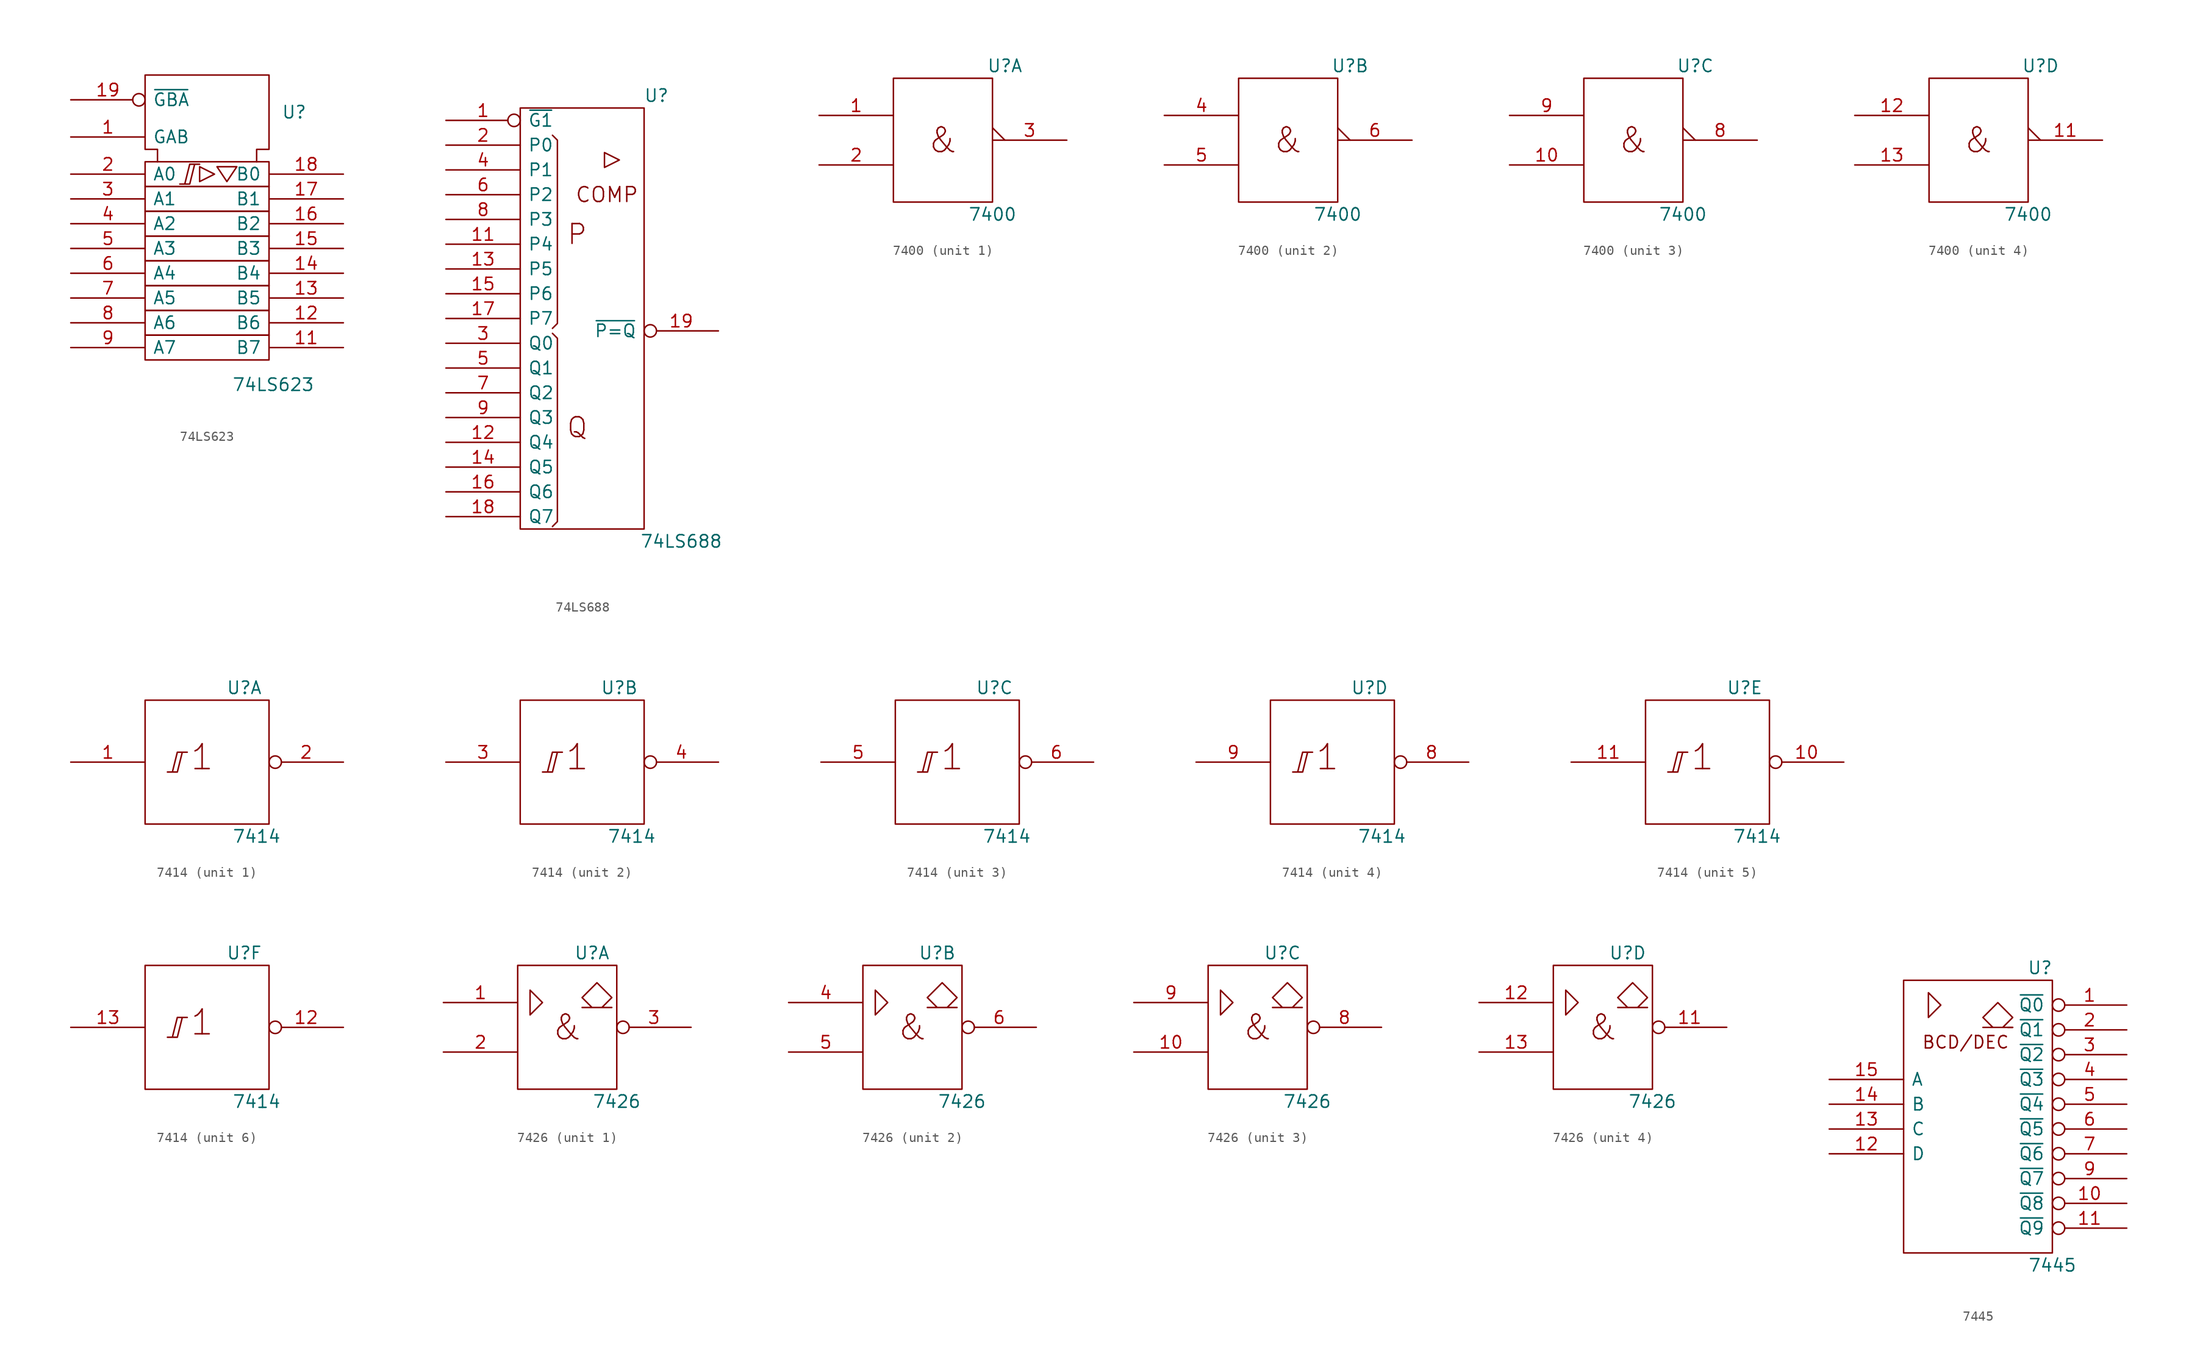
<source format=kicad_sym>
(kicad_symbol_lib
  (version 20211014)
  (generator kicad_symbol_editor)
  (symbol "74LS623"
    (pin_names
      (offset 0.762))
    (property "Reference" "U"
      (at 7.62 19.05 0)
      (effects (font (size 1.27 1.27)) (justify left)))
    (property "Value" "74LS623"
      (at 2.54 -8.89 0)
      (effects (font (size 1.27 1.27)) (justify left)))
    (symbol "74LS623_0_0"
      (polyline (pts (xy -0.762 13.462) (xy -0.762 11.938) (xy 0.762 12.7) (xy -0.762 13.462) (xy -0.762 13.462)) (stroke (width 0) (type default) (color 0 0 0 0)) (fill (type none)))
      (polyline (pts (xy 1.016 13.462) (xy 3.048 13.462) (xy 2.032 11.938) (xy 1.016 13.462) (xy 1.016 13.462)) (stroke (width 0) (type default) (color 0 0 0 0)) (fill (type none)))
      (polyline (pts (xy -2.794 11.684) (xy -1.778 11.684) (xy -1.27 13.716) (xy -0.762 13.716) (xy -1.778 13.716) (xy -2.286 11.684) (xy -2.286 11.684)) (stroke (width 0) (type default) (color 0 0 0 0)) (fill (type none)))
      (pin power_in line (at 1.27 22.86 270) (length 0) hide (name "GND" (effects (font (size 1.27 1.27)))) (number "10" (effects (font (size 1.27 1.27)))))
      (pin power_in line (at 5.08 22.86 270) (length 0) hide (name "VCC" (effects (font (size 1.27 1.27)))) (number "20" (effects (font (size 1.27 1.27))))))
    (symbol "74LS623_0_1"
      (rectangle (start -6.35 -3.81) (end 6.35 -6.35) (stroke (width 0) (type default) (color 0 0 0 0)) (fill (type none)))
      (rectangle (start -6.35 -1.27) (end 6.35 -3.81) (stroke (width 0) (type default) (color 0 0 0 0)) (fill (type none)))
      (rectangle (start -6.35 1.27) (end 6.35 -1.27) (stroke (width 0) (type default) (color 0 0 0 0)) (fill (type none)))
      (rectangle (start -6.35 3.81) (end 6.35 1.27) (stroke (width 0) (type default) (color 0 0 0 0)) (fill (type none)))
      (rectangle (start -6.35 6.35) (end 6.35 3.81) (stroke (width 0) (type default) (color 0 0 0 0)) (fill (type none)))
      (rectangle (start -6.35 8.89) (end 6.35 6.35) (stroke (width 0) (type default) (color 0 0 0 0)) (fill (type none)))
      (rectangle (start -6.35 11.43) (end 6.35 8.89) (stroke (width 0) (type default) (color 0 0 0 0)) (fill (type none)))
      (rectangle (start -6.35 13.97) (end 6.35 11.43) (stroke (width 0) (type default) (color 0 0 0 0)) (fill (type none)))
      (polyline (pts (xy -5.08 13.97) (xy -5.08 15.24) (xy -6.35 15.24) (xy -6.35 22.86) (xy 6.35 22.86) (xy 6.35 15.24) (xy 5.08 15.24) (xy 5.08 13.97) (xy 5.08 13.97)) (stroke (width 0) (type default) (color 0 0 0 0)) (fill (type none))))
    (symbol "74LS623_1_1"
      (pin input line (at -13.97 16.51 0) (length 7.62) (name "GAB" (effects (font (size 1.27 1.27)))) (number "1" (effects (font (size 1.27 1.27)))))
      (pin tri_state line (at 13.97 -5.08 180) (length 7.62) (name "B7" (effects (font (size 1.27 1.27)))) (number "11" (effects (font (size 1.27 1.27)))))
      (pin tri_state line (at 13.97 -2.54 180) (length 7.62) (name "B6" (effects (font (size 1.27 1.27)))) (number "12" (effects (font (size 1.27 1.27)))))
      (pin tri_state line (at 13.97 0 180) (length 7.62) (name "B5" (effects (font (size 1.27 1.27)))) (number "13" (effects (font (size 1.27 1.27)))))
      (pin tri_state line (at 13.97 2.54 180) (length 7.62) (name "B4" (effects (font (size 1.27 1.27)))) (number "14" (effects (font (size 1.27 1.27)))))
      (pin tri_state line (at 13.97 5.08 180) (length 7.62) (name "B3" (effects (font (size 1.27 1.27)))) (number "15" (effects (font (size 1.27 1.27)))))
      (pin tri_state line (at 13.97 7.62 180) (length 7.62) (name "B2" (effects (font (size 1.27 1.27)))) (number "16" (effects (font (size 1.27 1.27)))))
      (pin tri_state line (at 13.97 10.16 180) (length 7.62) (name "B1" (effects (font (size 1.27 1.27)))) (number "17" (effects (font (size 1.27 1.27)))))
      (pin tri_state line (at 13.97 12.7 180) (length 7.62) (name "B0" (effects (font (size 1.27 1.27)))) (number "18" (effects (font (size 1.27 1.27)))))
      (pin input inverted (at -13.97 20.32 0) (length 7.62) (name "~{GBA}" (effects (font (size 1.27 1.27)))) (number "19" (effects (font (size 1.27 1.27)))))
      (pin tri_state line (at -13.97 12.7 0) (length 7.62) (name "A0" (effects (font (size 1.27 1.27)))) (number "2" (effects (font (size 1.27 1.27)))))
      (pin tri_state line (at -13.97 10.16 0) (length 7.62) (name "A1" (effects (font (size 1.27 1.27)))) (number "3" (effects (font (size 1.27 1.27)))))
      (pin tri_state line (at -13.97 7.62 0) (length 7.62) (name "A2" (effects (font (size 1.27 1.27)))) (number "4" (effects (font (size 1.27 1.27)))))
      (pin tri_state line (at -13.97 5.08 0) (length 7.62) (name "A3" (effects (font (size 1.27 1.27)))) (number "5" (effects (font (size 1.27 1.27)))))
      (pin tri_state line (at -13.97 2.54 0) (length 7.62) (name "A4" (effects (font (size 1.27 1.27)))) (number "6" (effects (font (size 1.27 1.27)))))
      (pin tri_state line (at -13.97 0 0) (length 7.62) (name "A5" (effects (font (size 1.27 1.27)))) (number "7" (effects (font (size 1.27 1.27)))))
      (pin tri_state line (at -13.97 -2.54 0) (length 7.62) (name "A6" (effects (font (size 1.27 1.27)))) (number "8" (effects (font (size 1.27 1.27)))))
      (pin tri_state line (at -13.97 -5.08 0) (length 7.62) (name "A7" (effects (font (size 1.27 1.27)))) (number "9" (effects (font (size 1.27 1.27)))))))
  (symbol "74LS688"
    (pin_names
      (offset 0.762))
    (property "Reference" "U"
      (at 7.62 22.86 0)
      (effects (font (size 1.27 1.27))))
    (property "Value" "74LS688"
      (at 10.16 -22.86 0)
      (effects (font (size 1.27 1.27))))
    (symbol "74LS688_0_0"
      (polyline (pts (xy 2.286 17.018) (xy 2.286 15.494) (xy 3.81 16.256) (xy 2.286 17.018) (xy 2.286 17.018)) (stroke (width 0) (type default) (color 0 0 0 0)) (fill (type none)))
      (text "COMP" (at 2.54 12.7 0) (effects (font (size 1.524 1.524))))
      (text "P" (at -0.508 8.636 0) (effects (font (size 2.032 2.032))))
      (text "Q" (at -0.508 -11.176 0) (effects (font (size 2.032 2.032)))))
    (symbol "74LS688_0_1"
      (rectangle (start -6.35 21.59) (end 6.35 -21.59) (stroke (width 0) (type default) (color 0 0 0 0)) (fill (type none)))
      (polyline (pts (xy -3.048 -1.524) (xy -2.54 -2.032) (xy -2.54 -20.828) (xy -3.048 -21.336) (xy -3.048 -21.336)) (stroke (width 0) (type default) (color 0 0 0 0)) (fill (type none)))
      (polyline (pts (xy -3.048 18.796) (xy -2.54 18.288) (xy -2.54 -0.508) (xy -3.048 -1.016) (xy -3.048 -1.016)) (stroke (width 0) (type default) (color 0 0 0 0)) (fill (type none))))
    (symbol "74LS688_1_1"
      (pin output inverted (at -13.97 20.32 0) (length 7.62) (name "~{G1}" (effects (font (size 1.27 1.27)))) (number "1" (effects (font (size 1.27 1.27)))))
      (pin power_in line (at 0 -21.59 90) (length 0) hide (name "Gnd" (effects (font (size 1.27 1.27)))) (number "10" (effects (font (size 1.27 1.27)))))
      (pin input line (at -13.97 7.62 0) (length 7.62) (name "P4" (effects (font (size 1.27 1.27)))) (number "11" (effects (font (size 1.27 1.27)))))
      (pin input line (at -13.97 -12.7 0) (length 7.62) (name "Q4" (effects (font (size 1.27 1.27)))) (number "12" (effects (font (size 1.27 1.27)))))
      (pin input line (at -13.97 5.08 0) (length 7.62) (name "P5" (effects (font (size 1.27 1.27)))) (number "13" (effects (font (size 1.27 1.27)))))
      (pin input line (at -13.97 -15.24 0) (length 7.62) (name "Q5" (effects (font (size 1.27 1.27)))) (number "14" (effects (font (size 1.27 1.27)))))
      (pin input line (at -13.97 2.54 0) (length 7.62) (name "P6" (effects (font (size 1.27 1.27)))) (number "15" (effects (font (size 1.27 1.27)))))
      (pin input line (at -13.97 -17.78 0) (length 7.62) (name "Q6" (effects (font (size 1.27 1.27)))) (number "16" (effects (font (size 1.27 1.27)))))
      (pin input line (at -13.97 0 0) (length 7.62) (name "P7" (effects (font (size 1.27 1.27)))) (number "17" (effects (font (size 1.27 1.27)))))
      (pin input line (at -13.97 -20.32 0) (length 7.62) (name "Q7" (effects (font (size 1.27 1.27)))) (number "18" (effects (font (size 1.27 1.27)))))
      (pin output inverted (at 13.97 -1.27 180) (length 7.62) (name "~{P=Q}" (effects (font (size 1.27 1.27)))) (number "19" (effects (font (size 1.27 1.27)))))
      (pin input line (at -13.97 17.78 0) (length 7.62) (name "P0" (effects (font (size 1.27 1.27)))) (number "2" (effects (font (size 1.27 1.27)))))
      (pin power_in line (at 0 21.59 270) (length 0) hide (name "Vcc" (effects (font (size 1.27 1.27)))) (number "20" (effects (font (size 1.27 1.27)))))
      (pin input line (at -13.97 -2.54 0) (length 7.62) (name "Q0" (effects (font (size 1.27 1.27)))) (number "3" (effects (font (size 1.27 1.27)))))
      (pin input line (at -13.97 15.24 0) (length 7.62) (name "P1" (effects (font (size 1.27 1.27)))) (number "4" (effects (font (size 1.27 1.27)))))
      (pin input line (at -13.97 -5.08 0) (length 7.62) (name "Q1" (effects (font (size 1.27 1.27)))) (number "5" (effects (font (size 1.27 1.27)))))
      (pin input line (at -13.97 12.7 0) (length 7.62) (name "P2" (effects (font (size 1.27 1.27)))) (number "6" (effects (font (size 1.27 1.27)))))
      (pin input line (at -13.97 -7.62 0) (length 7.62) (name "Q2" (effects (font (size 1.27 1.27)))) (number "7" (effects (font (size 1.27 1.27)))))
      (pin input line (at -13.97 10.16 0) (length 7.62) (name "P3" (effects (font (size 1.27 1.27)))) (number "8" (effects (font (size 1.27 1.27)))))
      (pin input line (at -13.97 -10.16 0) (length 7.62) (name "Q3" (effects (font (size 1.27 1.27)))) (number "9" (effects (font (size 1.27 1.27)))))))
  (symbol "7400"
    (pin_names
      (offset 0.762))
    (property "Reference" "U"
      (at 6.35 7.62 0)
      (effects (font (size 1.27 1.27))))
    (property "Value" "7400"
      (at 5.08 -7.62 0)
      (effects (font (size 1.27 1.27))))
    (symbol "7400_0_0"
      (text "&" (at 0 0 0) (effects (font (size 2.54 2.54)))))
    (symbol "7400_0_1"
      (rectangle (start -5.08 6.35) (end 5.08 -6.35) (stroke (width 0) (type default) (color 0 0 0 0)) (fill (type none)))
      (pin power_in line (at 0 6.35 270) (length 0) hide (name "Vcc" (effects (font (size 1.27 1.27)))) (number "14" (effects (font (size 1.27 1.27)))))
      (pin power_in line (at 0 -6.35 90) (length 0) hide (name "GND" (effects (font (size 1.27 1.27)))) (number "7" (effects (font (size 1.27 1.27))))))
    (symbol "7400_1_1"
      (pin input line (at -12.7 2.54 0) (length 7.62) (name "~" (effects (font (size 1.27 1.27)))) (number "1" (effects (font (size 1.27 1.27)))))
      (pin input line (at -12.7 -2.54 0) (length 7.62) (name "~" (effects (font (size 1.27 1.27)))) (number "2" (effects (font (size 1.27 1.27)))))
      (pin output output_low (at 12.7 0 180) (length 7.62) (name "~" (effects (font (size 1.27 1.27)))) (number "3" (effects (font (size 1.27 1.27))))))
    (symbol "7400_2_1"
      (pin input line (at -12.7 2.54 0) (length 7.62) (name "~" (effects (font (size 1.27 1.27)))) (number "4" (effects (font (size 1.27 1.27)))))
      (pin input line (at -12.7 -2.54 0) (length 7.62) (name "~" (effects (font (size 1.27 1.27)))) (number "5" (effects (font (size 1.27 1.27)))))
      (pin output output_low (at 12.7 0 180) (length 7.62) (name "~" (effects (font (size 1.27 1.27)))) (number "6" (effects (font (size 1.27 1.27))))))
    (symbol "7400_3_1"
      (pin input line (at -12.7 -2.54 0) (length 7.62) (name "~" (effects (font (size 1.27 1.27)))) (number "10" (effects (font (size 1.27 1.27)))))
      (pin output output_low (at 12.7 0 180) (length 7.62) (name "~" (effects (font (size 1.27 1.27)))) (number "8" (effects (font (size 1.27 1.27)))))
      (pin input line (at -12.7 2.54 0) (length 7.62) (name "~" (effects (font (size 1.27 1.27)))) (number "9" (effects (font (size 1.27 1.27))))))
    (symbol "7400_4_1"
      (pin output output_low (at 12.7 0 180) (length 7.62) (name "~" (effects (font (size 1.27 1.27)))) (number "11" (effects (font (size 1.27 1.27)))))
      (pin input line (at -12.7 2.54 0) (length 7.62) (name "~" (effects (font (size 1.27 1.27)))) (number "12" (effects (font (size 1.27 1.27)))))
      (pin input line (at -12.7 -2.54 0) (length 7.62) (name "~" (effects (font (size 1.27 1.27)))) (number "13" (effects (font (size 1.27 1.27)))))))
  (symbol "7414"
    (pin_names
      (offset 0.762))
    (property "Reference" "U"
      (at 3.81 7.62 0)
      (effects (font (size 1.27 1.27))))
    (property "Value" "7414"
      (at 5.08 -7.62 0)
      (effects (font (size 1.27 1.27))))
    (symbol "7414_0_0"
      (polyline (pts (xy -4.064 -1.016) (xy -3.048 -1.016) (xy -2.54 1.016) (xy -2.032 1.016) (xy -3.048 1.016) (xy -3.556 -1.016) (xy -3.556 -1.016)) (stroke (width 0) (type default) (color 0 0 0 0)) (fill (type none)))
      (text "1" (at -0.508 0.508 0) (effects (font (size 2.54 2.54)))))
    (symbol "7414_0_1"
      (rectangle (start -6.35 6.35) (end 6.35 -6.35) (stroke (width 0) (type default) (color 0 0 0 0)) (fill (type none)))
      (pin power_in line (at 0 6.35 270) (length 0) hide (name "Vcc" (effects (font (size 1.27 1.27)))) (number "14" (effects (font (size 1.27 1.27)))))
      (pin power_in line (at 0 -6.35 90) (length 0) hide (name "Gnd" (effects (font (size 1.27 1.27)))) (number "7" (effects (font (size 1.27 1.27))))))
    (symbol "7414_1_1"
      (pin input line (at -13.97 0 0) (length 7.62) (name "~" (effects (font (size 1.27 1.27)))) (number "1" (effects (font (size 1.27 1.27)))))
      (pin output inverted (at 13.97 0 180) (length 7.62) (name "~" (effects (font (size 1.27 1.27)))) (number "2" (effects (font (size 1.27 1.27))))))
    (symbol "7414_2_1"
      (pin input line (at -13.97 0 0) (length 7.62) (name "~" (effects (font (size 1.27 1.27)))) (number "3" (effects (font (size 1.27 1.27)))))
      (pin output inverted (at 13.97 0 180) (length 7.62) (name "~" (effects (font (size 1.27 1.27)))) (number "4" (effects (font (size 1.27 1.27))))))
    (symbol "7414_3_1"
      (pin input line (at -13.97 0 0) (length 7.62) (name "~" (effects (font (size 1.27 1.27)))) (number "5" (effects (font (size 1.27 1.27)))))
      (pin output inverted (at 13.97 0 180) (length 7.62) (name "~" (effects (font (size 1.27 1.27)))) (number "6" (effects (font (size 1.27 1.27))))))
    (symbol "7414_4_1"
      (pin output inverted (at 13.97 0 180) (length 7.62) (name "~" (effects (font (size 1.27 1.27)))) (number "8" (effects (font (size 1.27 1.27)))))
      (pin input line (at -13.97 0 0) (length 7.62) (name "~" (effects (font (size 1.27 1.27)))) (number "9" (effects (font (size 1.27 1.27))))))
    (symbol "7414_5_1"
      (pin output inverted (at 13.97 0 180) (length 7.62) (name "~" (effects (font (size 1.27 1.27)))) (number "10" (effects (font (size 1.27 1.27)))))
      (pin input line (at -13.97 0 0) (length 7.62) (name "~" (effects (font (size 1.27 1.27)))) (number "11" (effects (font (size 1.27 1.27))))))
    (symbol "7414_6_1"
      (pin output inverted (at 13.97 0 180) (length 7.62) (name "~" (effects (font (size 1.27 1.27)))) (number "12" (effects (font (size 1.27 1.27)))))
      (pin input line (at -13.97 0 0) (length 7.62) (name "~" (effects (font (size 1.27 1.27)))) (number "13" (effects (font (size 1.27 1.27)))))))
  (symbol "7426"
    (pin_names
      (offset 0.762))
    (property "Reference" "U"
      (at 2.54 7.62 0)
      (effects (font (size 1.27 1.27))))
    (property "Value" "7426"
      (at 5.08 -7.62 0)
      (effects (font (size 1.27 1.27))))
    (symbol "7426_0_0"
      (polyline (pts (xy -3.81 3.81) (xy -3.81 1.27) (xy -2.54 2.54) (xy -3.81 3.81) (xy -3.81 3.81)) (stroke (width 0) (type default) (color 0 0 0 0)) (fill (type none)))
      (polyline (pts (xy 2.54 2.032) (xy 1.524 3.048) (xy 3.048 4.572) (xy 4.572 3.048) (xy 3.556 2.032) (xy 4.572 2.032) (xy 1.524 2.032) (xy 1.524 2.032)) (stroke (width 0) (type default) (color 0 0 0 0)) (fill (type none)))
      (text "&" (at 0 0 0) (effects (font (size 2.54 2.54))))
      (pin power_in line (at 0 6.35 270) (length 0) hide (name "Vcc" (effects (font (size 1.27 1.27)))) (number "14" (effects (font (size 1.27 1.27))))))
    (symbol "7426_0_1"
      (rectangle (start -5.08 6.35) (end 5.08 -6.35) (stroke (width 0) (type default) (color 0 0 0 0)) (fill (type none)))
      (pin power_in line (at 0 -6.35 90) (length 0) hide (name "GND" (effects (font (size 1.27 1.27)))) (number "7" (effects (font (size 1.27 1.27))))))
    (symbol "7426_1_1"
      (pin input line (at -12.7 2.54 0) (length 7.62) (name "~" (effects (font (size 1.27 1.27)))) (number "1" (effects (font (size 1.27 1.27)))))
      (pin input line (at -12.7 -2.54 0) (length 7.62) (name "~" (effects (font (size 1.27 1.27)))) (number "2" (effects (font (size 1.27 1.27)))))
      (pin open_collector inverted (at 12.7 0 180) (length 7.62) (name "~" (effects (font (size 1.27 1.27)))) (number "3" (effects (font (size 1.27 1.27))))))
    (symbol "7426_2_1"
      (pin input line (at -12.7 2.54 0) (length 7.62) (name "~" (effects (font (size 1.27 1.27)))) (number "4" (effects (font (size 1.27 1.27)))))
      (pin input line (at -12.7 -2.54 0) (length 7.62) (name "~" (effects (font (size 1.27 1.27)))) (number "5" (effects (font (size 1.27 1.27)))))
      (pin open_collector inverted (at 12.7 0 180) (length 7.62) (name "~" (effects (font (size 1.27 1.27)))) (number "6" (effects (font (size 1.27 1.27))))))
    (symbol "7426_3_1"
      (pin input line (at -12.7 -2.54 0) (length 7.62) (name "~" (effects (font (size 1.27 1.27)))) (number "10" (effects (font (size 1.27 1.27)))))
      (pin open_collector inverted (at 12.7 0 180) (length 7.62) (name "~" (effects (font (size 1.27 1.27)))) (number "8" (effects (font (size 1.27 1.27)))))
      (pin input line (at -12.7 2.54 0) (length 7.62) (name "~" (effects (font (size 1.27 1.27)))) (number "9" (effects (font (size 1.27 1.27))))))
    (symbol "7426_4_1"
      (pin open_collector inverted (at 12.7 0 180) (length 7.62) (name "~" (effects (font (size 1.27 1.27)))) (number "11" (effects (font (size 1.27 1.27)))))
      (pin input line (at -12.7 2.54 0) (length 7.62) (name "~" (effects (font (size 1.27 1.27)))) (number "12" (effects (font (size 1.27 1.27)))))
      (pin input line (at -12.7 -2.54 0) (length 7.62) (name "~" (effects (font (size 1.27 1.27)))) (number "13" (effects (font (size 1.27 1.27)))))))
  (symbol "7445"
    (pin_names
      (offset 0.762))
    (property "Reference" "U"
      (at 6.35 15.24 0)
      (effects (font (size 1.27 1.27))))
    (property "Value" "7445"
      (at 7.62 -15.24 0)
      (effects (font (size 1.27 1.27))))
    (symbol "7445_0_0"
      (polyline (pts (xy 3.556 9.144) (xy 3.048 9.144) (xy 3.048 9.144)) (stroke (width 0) (type default) (color 0 0 0 0)) (fill (type none)))
      (polyline (pts (xy -5.08 12.7) (xy -5.08 10.16) (xy -3.81 11.43) (xy -5.08 12.7) (xy -5.08 12.7)) (stroke (width 0) (type default) (color 0 0 0 0)) (fill (type none)))
      (polyline (pts (xy 2.54 9.144) (xy 3.556 10.16) (xy 2.032 11.684) (xy 0.508 10.16) (xy 1.524 9.144) (xy 0.508 9.144) (xy 3.556 9.144)) (stroke (width 0) (type default) (color 0 0 0 0)) (fill (type none)))
      (text "BCD/DEC" (at -1.27 7.62 0) (effects (font (size 1.27 1.27))))
      (pin power_in line (at 0 13.97 270) (length 0) hide (name "VCC" (effects (font (size 1.27 1.27)))) (number "16" (effects (font (size 1.27 1.27)))))
      (pin power_in line (at 0 -13.97 90) (length 0) hide (name "GND" (effects (font (size 1.27 1.27)))) (number "8" (effects (font (size 1.27 1.27))))))
    (symbol "7445_0_1"
      (rectangle (start -7.62 13.97) (end 7.62 -13.97) (stroke (width 0) (type default) (color 0 0 0 0)) (fill (type none))))
    (symbol "7445_1_1"
      (pin open_collector inverted (at 15.24 11.43 180) (length 7.62) (name "~{Q0}" (effects (font (size 1.27 1.27)))) (number "1" (effects (font (size 1.27 1.27)))))
      (pin open_collector inverted (at 15.24 -8.89 180) (length 7.62) (name "~{Q8}" (effects (font (size 1.27 1.27)))) (number "10" (effects (font (size 1.27 1.27)))))
      (pin open_collector inverted (at 15.24 -11.43 180) (length 7.62) (name "~{Q9}" (effects (font (size 1.27 1.27)))) (number "11" (effects (font (size 1.27 1.27)))))
      (pin input line (at -15.24 -3.81 0) (length 7.62) (name "D" (effects (font (size 1.27 1.27)))) (number "12" (effects (font (size 1.27 1.27)))))
      (pin input line (at -15.24 -1.27 0) (length 7.62) (name "C" (effects (font (size 1.27 1.27)))) (number "13" (effects (font (size 1.27 1.27)))))
      (pin input line (at -15.24 1.27 0) (length 7.62) (name "B" (effects (font (size 1.27 1.27)))) (number "14" (effects (font (size 1.27 1.27)))))
      (pin input line (at -15.24 3.81 0) (length 7.62) (name "A" (effects (font (size 1.27 1.27)))) (number "15" (effects (font (size 1.27 1.27)))))
      (pin open_collector inverted (at 15.24 8.89 180) (length 7.62) (name "~{Q1}" (effects (font (size 1.27 1.27)))) (number "2" (effects (font (size 1.27 1.27)))))
      (pin open_collector inverted (at 15.24 6.35 180) (length 7.62) (name "~{Q2}" (effects (font (size 1.27 1.27)))) (number "3" (effects (font (size 1.27 1.27)))))
      (pin open_collector inverted (at 15.24 3.81 180) (length 7.62) (name "~{Q3}" (effects (font (size 1.27 1.27)))) (number "4" (effects (font (size 1.27 1.27)))))
      (pin open_collector inverted (at 15.24 1.27 180) (length 7.62) (name "~{Q4}" (effects (font (size 1.27 1.27)))) (number "5" (effects (font (size 1.27 1.27)))))
      (pin open_collector inverted (at 15.24 -1.27 180) (length 7.62) (name "~{Q5}" (effects (font (size 1.27 1.27)))) (number "6" (effects (font (size 1.27 1.27)))))
      (pin open_collector inverted (at 15.24 -3.81 180) (length 7.62) (name "~{Q6}" (effects (font (size 1.27 1.27)))) (number "7" (effects (font (size 1.27 1.27)))))
      (pin open_collector inverted (at 15.24 -6.35 180) (length 7.62) (name "~{Q7}" (effects (font (size 1.27 1.27)))) (number "9" (effects (font (size 1.27 1.27))))))))
</source>
